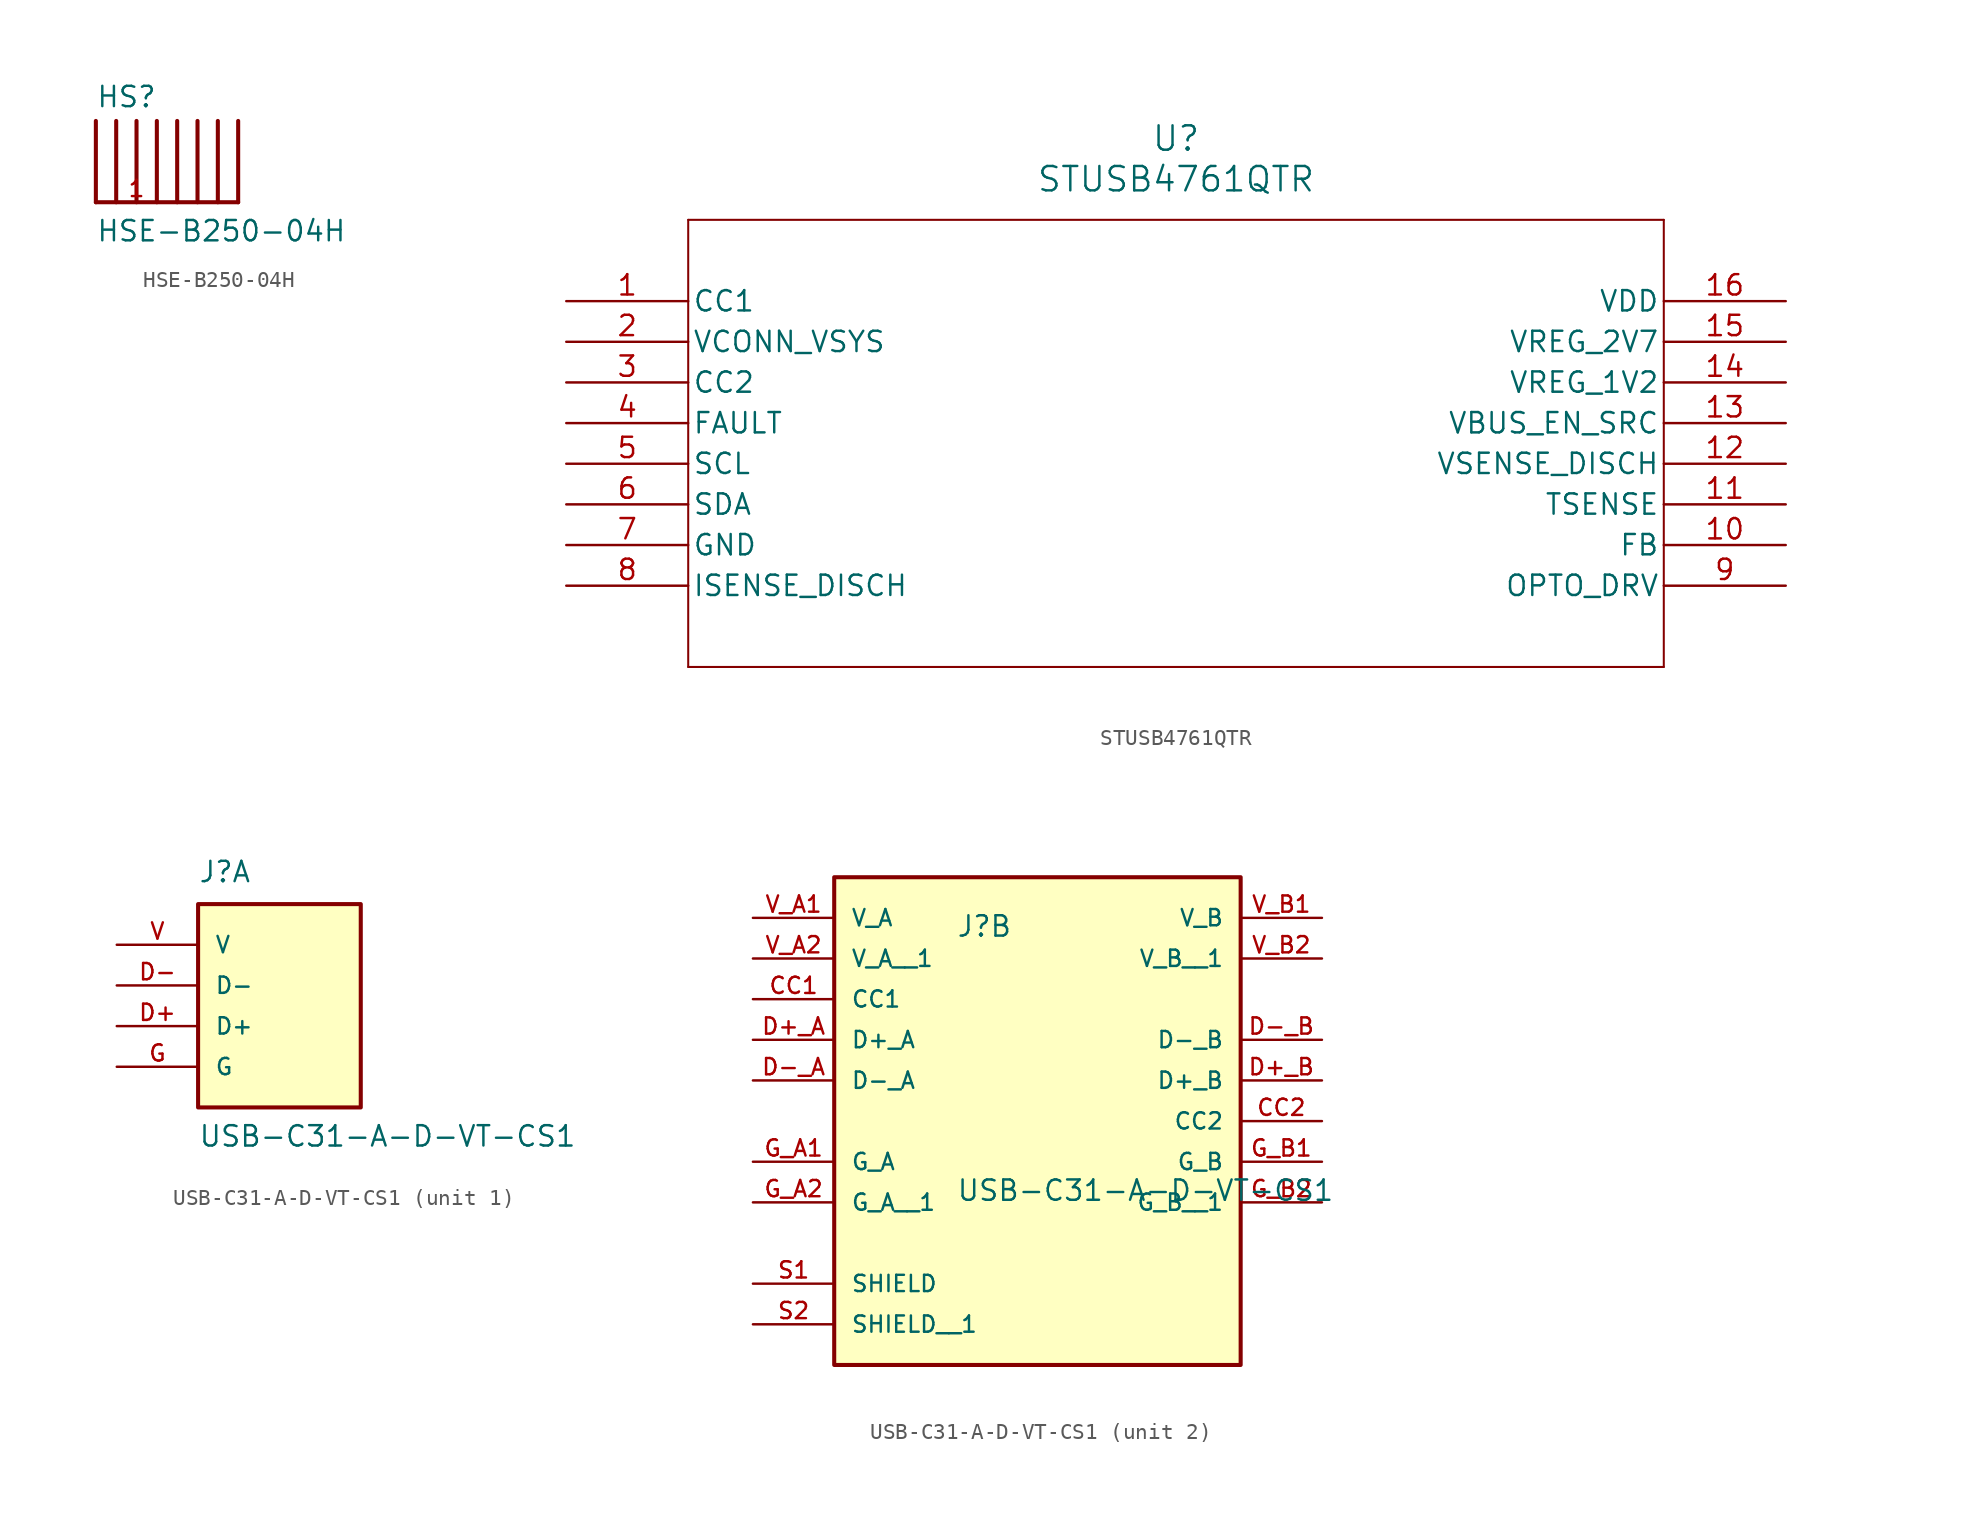
<source format=kicad_sym>
(kicad_symbol_lib
  (version 20231120)
  (generator "kicad_symbol_editor")
  (generator_version "8.0")
  (symbol "HSE-B250-04H"
    (pin_names
      (offset 1.016))
    (property "Reference" "HS"
      (at -5.08 5.842 0)
      (effects (font (size 1.27 1.27)) (justify left bottom)))
    (property "Value" "HSE-B250-04H"
      (at -5.08 -2.54 0)
      (effects (font (size 1.27 1.27)) (justify left bottom)))
    (symbol "HSE-B250-04H_0_0"
      (polyline (pts (xy -5.08 0) (xy 3.81 0)) (stroke (width 0.254) (type default)) (fill (type none)))
      (polyline (pts (xy -5.08 5.08) (xy -5.08 0)) (stroke (width 0.254) (type default)) (fill (type none)))
      (polyline (pts (xy -3.81 5.08) (xy -3.81 0)) (stroke (width 0.254) (type default)) (fill (type none)))
      (polyline (pts (xy -2.54 5.08) (xy -2.54 0)) (stroke (width 0.254) (type default)) (fill (type none)))
      (polyline (pts (xy -1.27 5.08) (xy -1.27 0)) (stroke (width 0.254) (type default)) (fill (type none)))
      (polyline (pts (xy 0 5.08) (xy 0 0)) (stroke (width 0.254) (type default)) (fill (type none)))
      (polyline (pts (xy 1.27 5.08) (xy 1.27 0)) (stroke (width 0.254) (type default)) (fill (type none)))
      (polyline (pts (xy 2.54 5.08) (xy 2.54 0)) (stroke (width 0.254) (type default)) (fill (type none)))
      (polyline (pts (xy 3.81 5.08) (xy 3.81 0)) (stroke (width 0.254) (type default)) (fill (type none)))
      (pin passive line (at -5.08 0 0) (length 5.08) (name "~" (effects (font (size 1.016 1.016)))) (number "1" (effects (font (size 1.016 1.016)))))))
  (symbol "STUSB4761QTR"
    (pin_names
      (offset 0.254))
    (property "Reference" "U"
      (at 38.1 10.16 0)
      (effects (font (size 1.524 1.524))))
    (property "Value" "STUSB4761QTR"
      (at 38.1 7.62 0)
      (effects (font (size 1.524 1.524))))
    (symbol "STUSB4761QTR_0_1"
      (polyline (pts (xy 7.62 -22.86) (xy 68.58 -22.86)) (stroke (width 0.127) (type default)) (fill (type none)))
      (polyline (pts (xy 7.62 5.08) (xy 7.62 -22.86)) (stroke (width 0.127) (type default)) (fill (type none)))
      (polyline (pts (xy 68.58 -22.86) (xy 68.58 5.08)) (stroke (width 0.127) (type default)) (fill (type none)))
      (polyline (pts (xy 68.58 5.08) (xy 7.62 5.08)) (stroke (width 0.127) (type default)) (fill (type none)))
      (pin bidirectional line (at 0 0 0) (length 7.62) (name "CC1" (effects (font (size 1.27 1.27)))) (number "1" (effects (font (size 1.27 1.27)))))
      (pin unspecified line (at 76.2 -15.24 180) (length 7.62) (name "FB" (effects (font (size 1.27 1.27)))) (number "10" (effects (font (size 1.27 1.27)))))
      (pin unspecified line (at 76.2 -12.7 180) (length 7.62) (name "TSENSE" (effects (font (size 1.27 1.27)))) (number "11" (effects (font (size 1.27 1.27)))))
      (pin unspecified line (at 76.2 -10.16 180) (length 7.62) (name "VSENSE_DISCH" (effects (font (size 1.27 1.27)))) (number "12" (effects (font (size 1.27 1.27)))))
      (pin unspecified line (at 76.2 -7.62 180) (length 7.62) (name "VBUS_EN_SRC" (effects (font (size 1.27 1.27)))) (number "13" (effects (font (size 1.27 1.27)))))
      (pin bidirectional line (at 76.2 -5.08 180) (length 7.62) (name "VREG_1V2" (effects (font (size 1.27 1.27)))) (number "14" (effects (font (size 1.27 1.27)))))
      (pin bidirectional line (at 76.2 -2.54 180) (length 7.62) (name "VREG_2V7" (effects (font (size 1.27 1.27)))) (number "15" (effects (font (size 1.27 1.27)))))
      (pin power_in line (at 76.2 0 180) (length 7.62) (name "VDD" (effects (font (size 1.27 1.27)))) (number "16" (effects (font (size 1.27 1.27)))))
      (pin unspecified line (at 0 -2.54 0) (length 7.62) (name "VCONN_VSYS" (effects (font (size 1.27 1.27)))) (number "2" (effects (font (size 1.27 1.27)))))
      (pin bidirectional line (at 0 -5.08 0) (length 7.62) (name "CC2" (effects (font (size 1.27 1.27)))) (number "3" (effects (font (size 1.27 1.27)))))
      (pin unspecified line (at 0 -7.62 0) (length 7.62) (name "FAULT" (effects (font (size 1.27 1.27)))) (number "4" (effects (font (size 1.27 1.27)))))
      (pin unspecified line (at 0 -10.16 0) (length 7.62) (name "SCL" (effects (font (size 1.27 1.27)))) (number "5" (effects (font (size 1.27 1.27)))))
      (pin unspecified line (at 0 -12.7 0) (length 7.62) (name "SDA" (effects (font (size 1.27 1.27)))) (number "6" (effects (font (size 1.27 1.27)))))
      (pin power_out line (at 0 -15.24 0) (length 7.62) (name "GND" (effects (font (size 1.27 1.27)))) (number "7" (effects (font (size 1.27 1.27)))))
      (pin unspecified line (at 0 -17.78 0) (length 7.62) (name "ISENSE_DISCH" (effects (font (size 1.27 1.27)))) (number "8" (effects (font (size 1.27 1.27)))))
      (pin unspecified line (at 76.2 -17.78 180) (length 7.62) (name "OPTO_DRV" (effects (font (size 1.27 1.27)))) (number "9" (effects (font (size 1.27 1.27)))))))
  (symbol "USB-C31-A-D-VT-CS1"
    (pin_names
      (offset 1.016))
    (property "Reference" "J"
      (at -5.08 6.35 0)
      (effects (font (size 1.27 1.27)) (justify left bottom)))
    (property "Value" "USB-C31-A-D-VT-CS1"
      (at -5.08 -10.16 0)
      (effects (font (size 1.27 1.27)) (justify left bottom)))
    (symbol "USB-C31-A-D-VT-CS1_1_0"
      (rectangle (start -5.08 -7.62) (end 5.08 5.08) (stroke (width 0.254) (type default)) (fill (type background)))
      (pin bidirectional line (at -10.16 -2.54 0) (length 5.08) (name "D+" (effects (font (size 1.016 1.016)))) (number "D+" (effects (font (size 1.016 1.016)))))
      (pin bidirectional line (at -10.16 0 0) (length 5.08) (name "D-" (effects (font (size 1.016 1.016)))) (number "D-" (effects (font (size 1.016 1.016)))))
      (pin power_in line (at -10.16 -5.08 0) (length 5.08) (name "G" (effects (font (size 1.016 1.016)))) (number "G" (effects (font (size 1.016 1.016)))))
      (pin power_in line (at -10.16 2.54 0) (length 5.08) (name "V" (effects (font (size 1.016 1.016)))) (number "V" (effects (font (size 1.016 1.016))))))
    (symbol "USB-C31-A-D-VT-CS1_2_0"
      (rectangle (start -12.7 -20.32) (end 12.7 10.16) (stroke (width 0.254) (type default)) (fill (type background)))
      (pin bidirectional line (at -17.78 2.54 0) (length 5.08) (name "CC1" (effects (font (size 1.016 1.016)))) (number "CC1" (effects (font (size 1.016 1.016)))))
      (pin bidirectional line (at 17.78 -5.08 180) (length 5.08) (name "CC2" (effects (font (size 1.016 1.016)))) (number "CC2" (effects (font (size 1.016 1.016)))))
      (pin bidirectional line (at -17.78 0 0) (length 5.08) (name "D+_A" (effects (font (size 1.016 1.016)))) (number "D+_A" (effects (font (size 1.016 1.016)))))
      (pin bidirectional line (at 17.78 -2.54 180) (length 5.08) (name "D+_B" (effects (font (size 1.016 1.016)))) (number "D+_B" (effects (font (size 1.016 1.016)))))
      (pin bidirectional line (at -17.78 -2.54 0) (length 5.08) (name "D-_A" (effects (font (size 1.016 1.016)))) (number "D-_A" (effects (font (size 1.016 1.016)))))
      (pin bidirectional line (at 17.78 0 180) (length 5.08) (name "D-_B" (effects (font (size 1.016 1.016)))) (number "D-_B" (effects (font (size 1.016 1.016)))))
      (pin power_in line (at -17.78 -7.62 0) (length 5.08) (name "G_A" (effects (font (size 1.016 1.016)))) (number "G_A1" (effects (font (size 1.016 1.016)))))
      (pin power_in line (at -17.78 -10.16 0) (length 5.08) (name "G_A__1" (effects (font (size 1.016 1.016)))) (number "G_A2" (effects (font (size 1.016 1.016)))))
      (pin power_in line (at 17.78 -7.62 180) (length 5.08) (name "G_B" (effects (font (size 1.016 1.016)))) (number "G_B1" (effects (font (size 1.016 1.016)))))
      (pin power_in line (at 17.78 -10.16 180) (length 5.08) (name "G_B__1" (effects (font (size 1.016 1.016)))) (number "G_B2" (effects (font (size 1.016 1.016)))))
      (pin passive line (at -17.78 -15.24 0) (length 5.08) (name "SHIELD" (effects (font (size 1.016 1.016)))) (number "S1" (effects (font (size 1.016 1.016)))))
      (pin passive line (at -17.78 -17.78 0) (length 5.08) (name "SHIELD__1" (effects (font (size 1.016 1.016)))) (number "S2" (effects (font (size 1.016 1.016)))))
      (pin power_in line (at -17.78 7.62 0) (length 5.08) (name "V_A" (effects (font (size 1.016 1.016)))) (number "V_A1" (effects (font (size 1.016 1.016)))))
      (pin power_in line (at -17.78 5.08 0) (length 5.08) (name "V_A__1" (effects (font (size 1.016 1.016)))) (number "V_A2" (effects (font (size 1.016 1.016)))))
      (pin power_in line (at 17.78 7.62 180) (length 5.08) (name "V_B" (effects (font (size 1.016 1.016)))) (number "V_B1" (effects (font (size 1.016 1.016)))))
      (pin power_in line (at 17.78 5.08 180) (length 5.08) (name "V_B__1" (effects (font (size 1.016 1.016)))) (number "V_B2" (effects (font (size 1.016 1.016))))))))
</source>
